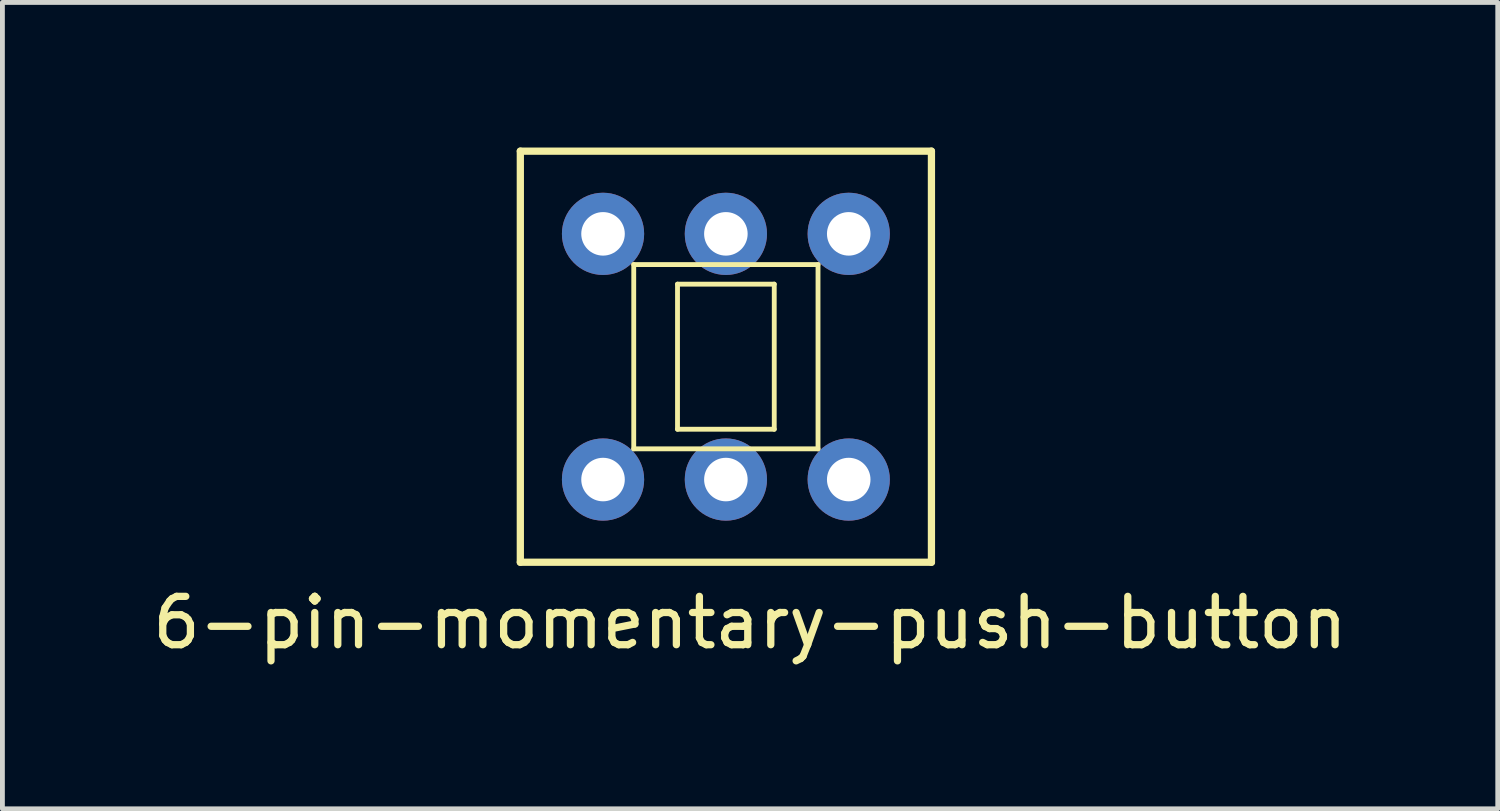
<source format=kicad_pcb>
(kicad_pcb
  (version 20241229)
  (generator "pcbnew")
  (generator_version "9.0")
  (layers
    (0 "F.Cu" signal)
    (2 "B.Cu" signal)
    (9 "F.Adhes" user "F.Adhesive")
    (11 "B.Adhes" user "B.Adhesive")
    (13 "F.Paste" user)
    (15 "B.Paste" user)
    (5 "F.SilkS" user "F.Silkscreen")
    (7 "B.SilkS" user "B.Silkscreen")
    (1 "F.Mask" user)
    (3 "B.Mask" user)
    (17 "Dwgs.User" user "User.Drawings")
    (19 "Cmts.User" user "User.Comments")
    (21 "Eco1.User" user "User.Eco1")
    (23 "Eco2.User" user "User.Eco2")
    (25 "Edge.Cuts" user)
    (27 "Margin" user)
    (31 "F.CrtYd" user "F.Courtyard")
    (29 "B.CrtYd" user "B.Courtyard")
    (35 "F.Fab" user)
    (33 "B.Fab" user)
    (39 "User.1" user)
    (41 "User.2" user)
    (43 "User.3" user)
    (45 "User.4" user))
  (footprint "6-pin-momentary-push-button"
    (layer "F.Cu")
    (at 11.958 4.325)
    (property "Reference" "6-pin-momentary-push-button" (at 0.5 5.5 0) (layer "F.SilkS") (effects (font (size 1 1) (thickness 0.15))))
    (attr through_hole)
    (fp_line (start -4.25 -4.25) (end 4.25 -4.25) (stroke (width 0.15) (type solid)) (layer "F.SilkS"))
    (fp_line (start -4.25 4.25) (end -4.25 -4.25) (stroke (width 0.15) (type solid)) (layer "F.SilkS"))
    (fp_line (start -1.905 -1.905) (end 1.905 -1.905) (stroke (width 0.1) (type solid)) (layer "F.SilkS"))
    (fp_line (start -1.905 1.905) (end -1.905 -1.905) (stroke (width 0.1) (type solid)) (layer "F.SilkS"))
    (fp_line (start -1 -1.5) (end 1 -1.5) (stroke (width 0.1) (type solid)) (layer "F.SilkS"))
    (fp_line (start -1 1.5) (end -1 -1.5) (stroke (width 0.1) (type solid)) (layer "F.SilkS"))
    (fp_line (start 1 -1.5) (end 1 1.5) (stroke (width 0.1) (type solid)) (layer "F.SilkS"))
    (fp_line (start 1 1.5) (end -1 1.5) (stroke (width 0.1) (type solid)) (layer "F.SilkS"))
    (fp_line (start 1.905 -1.905) (end 1.905 1.905) (stroke (width 0.1) (type solid)) (layer "F.SilkS"))
    (fp_line (start 1.905 1.905) (end -1.905 1.905) (stroke (width 0.1) (type solid)) (layer "F.SilkS"))
    (fp_line (start 4.25 -4.25) (end 4.25 4.25) (stroke (width 0.15) (type solid)) (layer "F.SilkS"))
    (fp_line (start 4.25 4.25) (end -4.25 4.25) (stroke (width 0.15) (type solid)) (layer "F.SilkS"))
    (pad "1" thru_hole circle (at -2.54 2.54) (size 1.7 1.7) (drill 0.9) (layers "*.Cu" "*.Mask"))
    (pad "2" thru_hole circle (at 0 2.54) (size 1.7 1.7) (drill 0.9) (layers "*.Cu" "*.Mask"))
    (pad "3" thru_hole circle (at 2.54 2.54) (size 1.7 1.7) (drill 0.9) (layers "*.Cu" "*.Mask"))
    (pad "4" thru_hole circle (at 2.54 -2.54) (size 1.7 1.7) (drill 0.9) (layers "*.Cu" "*.Mask"))
    (pad "5" thru_hole circle (at 0 -2.54) (size 1.7 1.7) (drill 0.9) (layers "*.Cu" "*.Mask"))
    (pad "6" thru_hole circle (at -2.54 -2.54) (size 1.7 1.7) (drill 0.9) (layers "*.Cu" "*.Mask")))
  (gr_rect
    (start -3 -3)
    (end 27.917 13.673)
    (stroke (width 0.1) (type default))
    (fill no)
    (layer "Edge.Cuts")))
</source>
